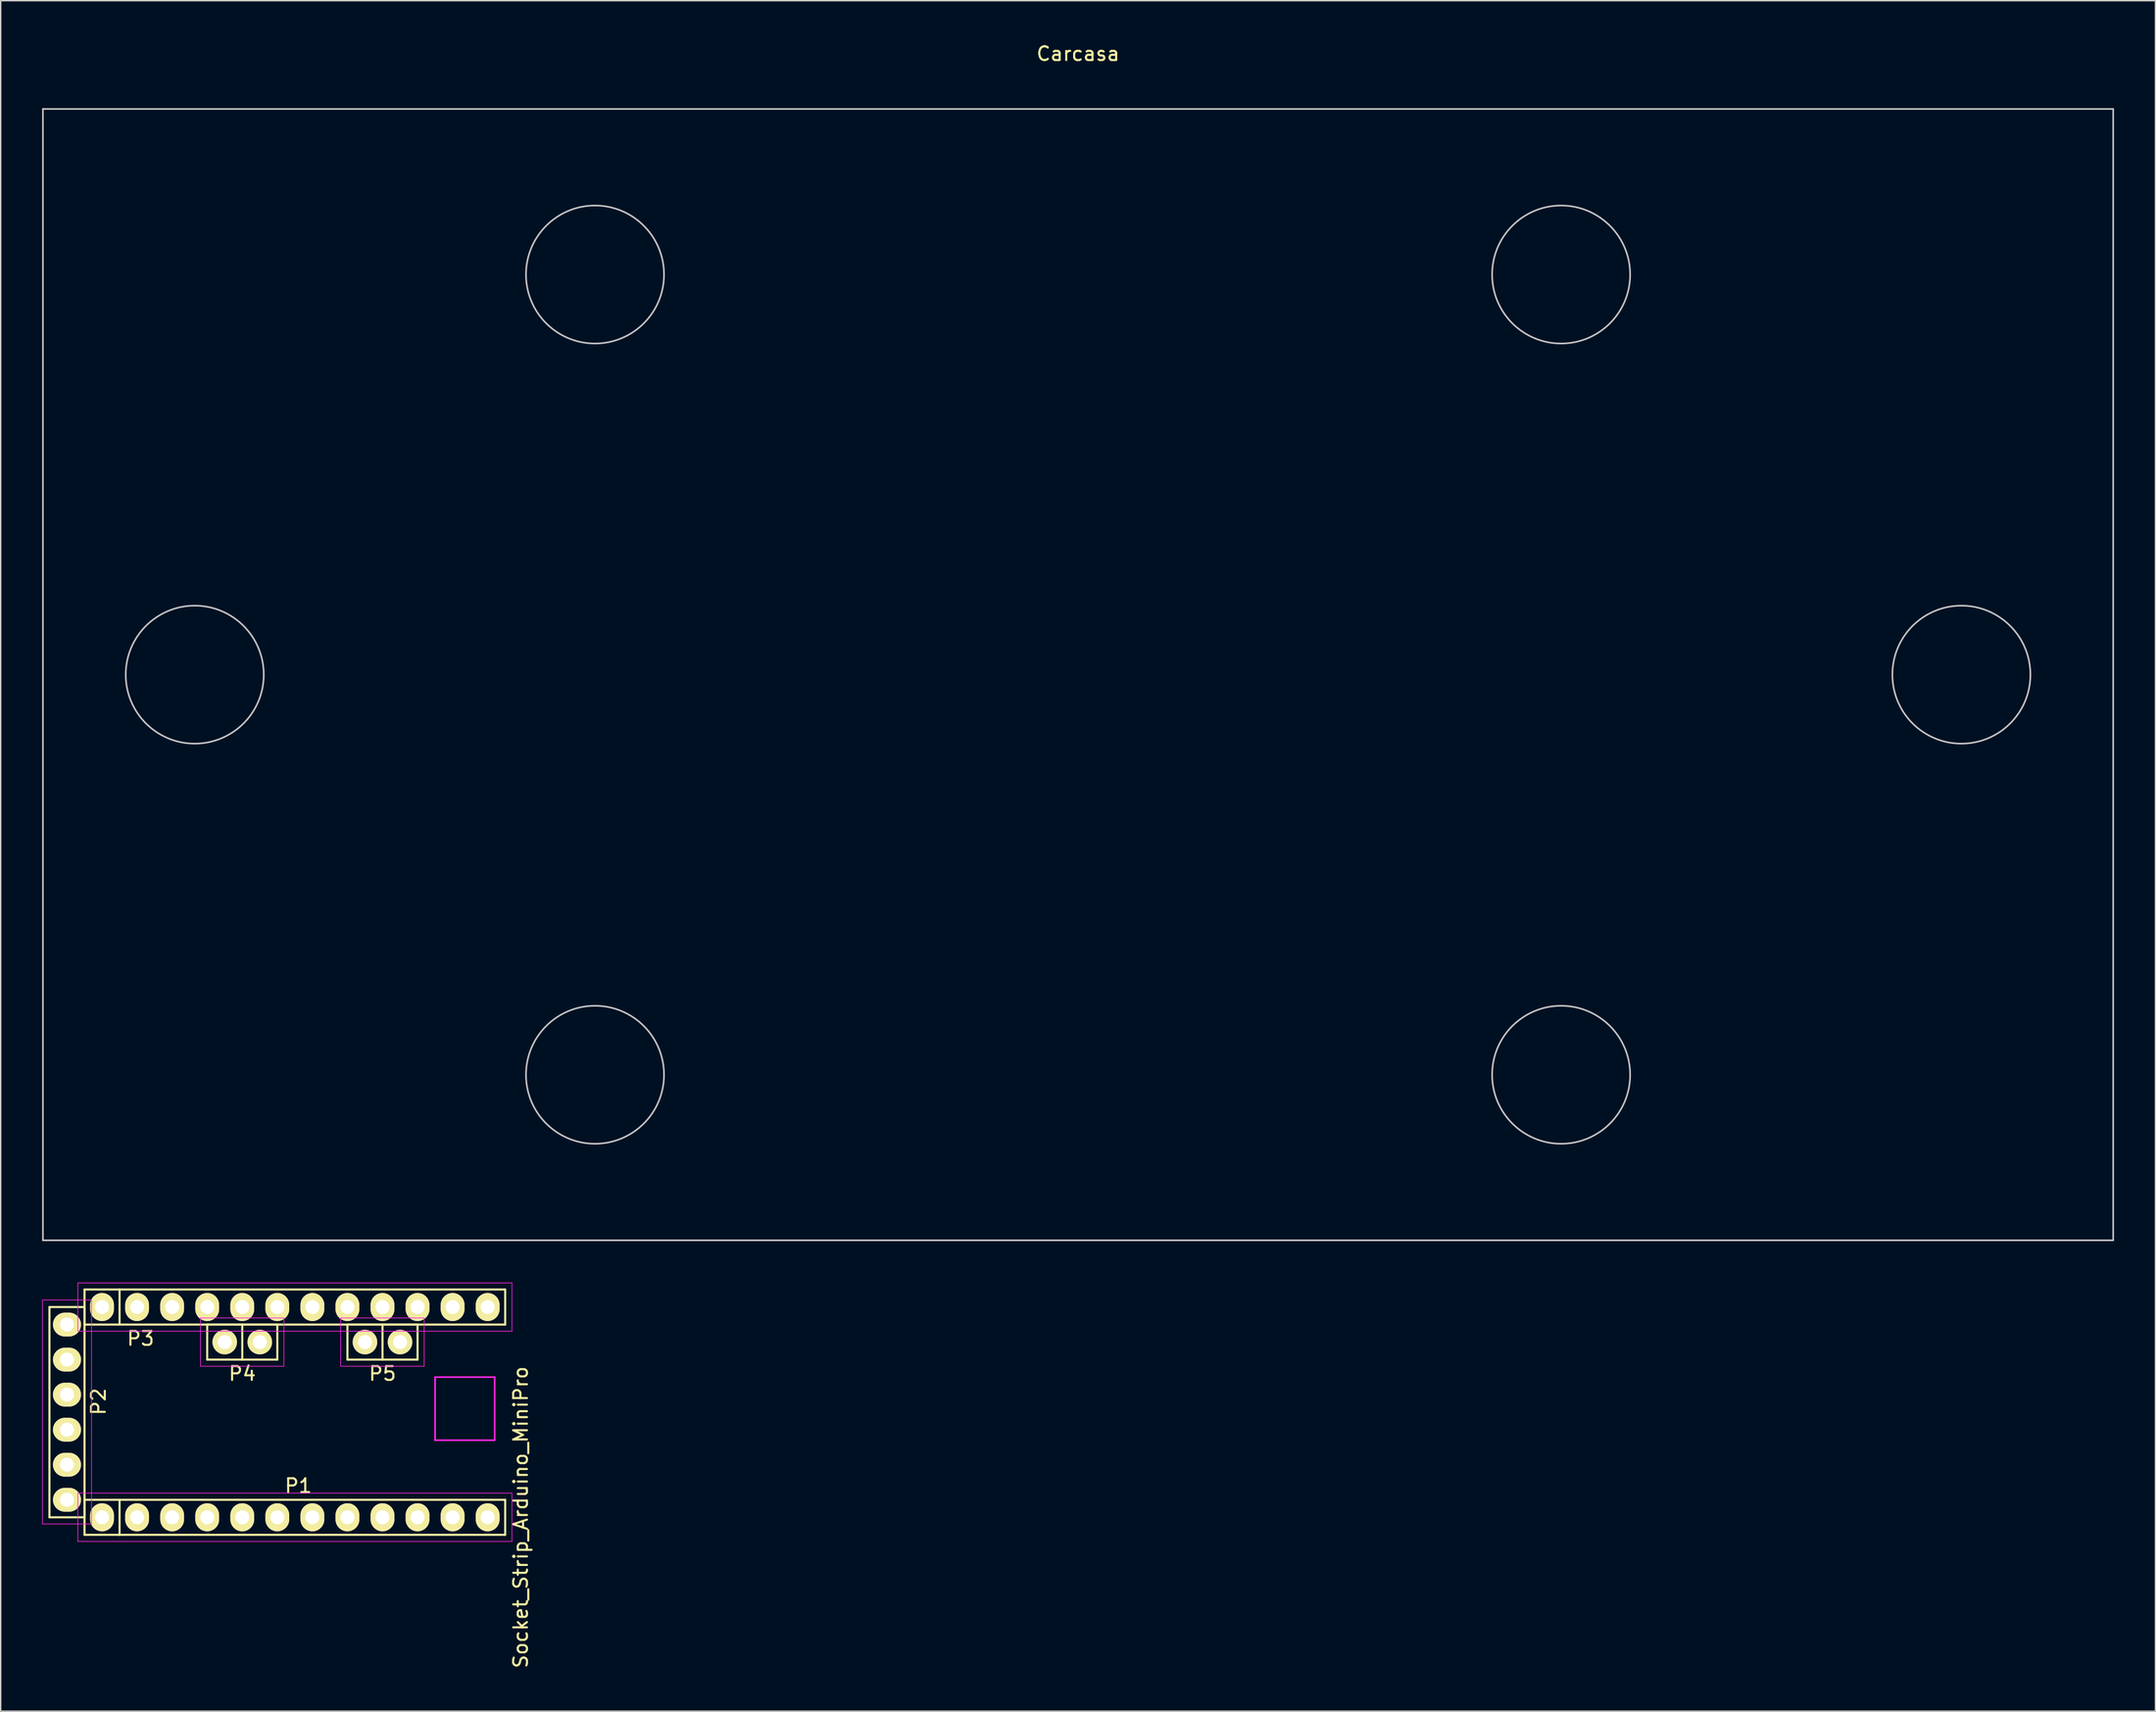
<source format=kicad_pcb>
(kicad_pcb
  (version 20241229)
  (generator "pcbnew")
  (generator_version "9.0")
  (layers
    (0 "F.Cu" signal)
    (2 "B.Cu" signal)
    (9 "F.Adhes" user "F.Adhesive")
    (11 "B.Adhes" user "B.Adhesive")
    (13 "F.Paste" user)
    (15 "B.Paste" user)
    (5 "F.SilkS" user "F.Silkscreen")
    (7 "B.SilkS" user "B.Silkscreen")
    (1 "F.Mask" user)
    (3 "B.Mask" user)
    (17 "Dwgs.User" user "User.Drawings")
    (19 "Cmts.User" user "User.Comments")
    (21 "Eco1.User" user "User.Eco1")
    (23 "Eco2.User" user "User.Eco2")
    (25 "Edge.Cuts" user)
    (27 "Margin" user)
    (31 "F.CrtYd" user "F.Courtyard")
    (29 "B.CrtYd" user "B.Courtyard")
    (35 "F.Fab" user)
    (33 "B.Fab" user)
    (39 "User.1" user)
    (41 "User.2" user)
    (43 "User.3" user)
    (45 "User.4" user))
  (footprint "Carcasa"
    (layer "F.Cu")
    (at 75.06 45.848)
    (property "Reference" "Carcasa" (at 0 -45 0) (layer "F.SilkS") (effects (font (size 1 1) (thickness 0.15))))
    (attr through_hole)
    (fp_line (start -75 -41) (end 75 -41) (stroke (width 0.12) (type solid)) (layer "Dwgs.User"))
    (fp_line (start -75 41) (end -75 -41) (stroke (width 0.12) (type solid)) (layer "Dwgs.User"))
    (fp_line (start 75 -41) (end 75 41) (stroke (width 0.12) (type solid)) (layer "Dwgs.User"))
    (fp_line (start 75 41) (end -75 41) (stroke (width 0.12) (type solid)) (layer "Dwgs.User"))
    (fp_circle (center -64 0) (end -59 0) (stroke (width 0.12) (type solid)) (fill no) (layer "Dwgs.User"))
    (fp_circle (center -35 -29) (end -30 -29) (stroke (width 0.12) (type solid)) (fill no) (layer "Dwgs.User"))
    (fp_circle (center -35 29) (end -30 29) (stroke (width 0.12) (type solid)) (fill no) (layer "Dwgs.User"))
    (fp_circle (center 35 -29) (end 40 -29) (stroke (width 0.12) (type solid)) (fill no) (layer "Dwgs.User"))
    (fp_circle (center 35 29) (end 40 29) (stroke (width 0.12) (type solid)) (fill no) (layer "Dwgs.User"))
    (fp_circle (center 64 0) (end 69 0) (stroke (width 0.12) (type solid)) (fill no) (layer "Dwgs.User")))
  (footprint "Socket_Strip_Arduino_MiniPro"
    (layer "F.Cu")
    (at 4.343 106.923)
    (property "Reference" "Socket_Strip_Arduino_MiniPro" (at 30.333 0 90) (layer "F.SilkS") (effects (font (size 1 1) (thickness 0.15))))
    (attr through_hole)
    (fp_line (start -3.81 -15.24) (end -3.81 0) (stroke (width 0.15) (type solid)) (layer "F.SilkS"))
    (fp_line (start -3.81 0) (end -1.27 0) (stroke (width 0.15) (type solid)) (layer "F.SilkS"))
    (fp_line (start -1.27 -16.51) (end -1.27 -13.97) (stroke (width 0.15) (type solid)) (layer "F.SilkS"))
    (fp_line (start -1.27 -15.24) (end -3.81 -15.24) (stroke (width 0.15) (type solid)) (layer "F.SilkS"))
    (fp_line (start -1.27 -13.97) (end 1.27 -13.97) (stroke (width 0.15) (type solid)) (layer "F.SilkS"))
    (fp_line (start -1.27 -1.27) (end -1.27 1.27) (stroke (width 0.15) (type solid)) (layer "F.SilkS"))
    (fp_line (start -1.27 0) (end -1.27 -15.24) (stroke (width 0.15) (type solid)) (layer "F.SilkS"))
    (fp_line (start -1.27 1.27) (end 1.27 1.27) (stroke (width 0.15) (type solid)) (layer "F.SilkS"))
    (fp_line (start 1.27 -16.51) (end -1.27 -16.51) (stroke (width 0.15) (type solid)) (layer "F.SilkS"))
    (fp_line (start 1.27 -13.97) (end 1.27 -16.51) (stroke (width 0.15) (type solid)) (layer "F.SilkS"))
    (fp_line (start 1.27 -13.97) (end 29.21 -13.97) (stroke (width 0.15) (type solid)) (layer "F.SilkS"))
    (fp_line (start 1.27 -1.27) (end -1.27 -1.27) (stroke (width 0.15) (type solid)) (layer "F.SilkS"))
    (fp_line (start 1.27 1.27) (end 1.27 -1.27) (stroke (width 0.15) (type solid)) (layer "F.SilkS"))
    (fp_line (start 1.27 1.27) (end 29.21 1.27) (stroke (width 0.15) (type solid)) (layer "F.SilkS"))
    (fp_line (start 7.62 -13.97) (end 10.16 -13.97) (stroke (width 0.15) (type solid)) (layer "F.SilkS"))
    (fp_line (start 7.62 -11.43) (end 7.62 -13.97) (stroke (width 0.15) (type solid)) (layer "F.SilkS"))
    (fp_line (start 10.16 -13.97) (end 10.16 -11.43) (stroke (width 0.15) (type solid)) (layer "F.SilkS"))
    (fp_line (start 10.16 -11.43) (end 7.62 -11.43) (stroke (width 0.15) (type solid)) (layer "F.SilkS"))
    (fp_line (start 10.16 -11.43) (end 12.7 -11.43) (stroke (width 0.15) (type solid)) (layer "F.SilkS"))
    (fp_line (start 12.7 -13.97) (end 10.16 -13.97) (stroke (width 0.15) (type solid)) (layer "F.SilkS"))
    (fp_line (start 12.7 -11.43) (end 12.7 -13.97) (stroke (width 0.15) (type solid)) (layer "F.SilkS"))
    (fp_line (start 17.78 -13.97) (end 20.32 -13.97) (stroke (width 0.15) (type solid)) (layer "F.SilkS"))
    (fp_line (start 17.78 -11.43) (end 17.78 -13.97) (stroke (width 0.15) (type solid)) (layer "F.SilkS"))
    (fp_line (start 20.32 -13.97) (end 20.32 -11.43) (stroke (width 0.15) (type solid)) (layer "F.SilkS"))
    (fp_line (start 20.32 -11.43) (end 17.78 -11.43) (stroke (width 0.15) (type solid)) (layer "F.SilkS"))
    (fp_line (start 20.32 -11.43) (end 22.86 -11.43) (stroke (width 0.15) (type solid)) (layer "F.SilkS"))
    (fp_line (start 22.86 -13.97) (end 20.32 -13.97) (stroke (width 0.15) (type solid)) (layer "F.SilkS"))
    (fp_line (start 22.86 -11.43) (end 22.86 -13.97) (stroke (width 0.15) (type solid)) (layer "F.SilkS"))
    (fp_line (start 29.21 -16.51) (end 1.27 -16.51) (stroke (width 0.15) (type solid)) (layer "F.SilkS"))
    (fp_line (start 29.21 -13.97) (end 29.21 -16.51) (stroke (width 0.15) (type solid)) (layer "F.SilkS"))
    (fp_line (start 29.21 -1.27) (end 1.27 -1.27) (stroke (width 0.15) (type solid)) (layer "F.SilkS"))
    (fp_line (start 29.21 1.27) (end 29.21 -1.27) (stroke (width 0.15) (type solid)) (layer "F.SilkS"))
    (fp_line (start -4.318 -15.748) (end -0.762 -15.748) (stroke (width 0.05) (type solid)) (layer "F.CrtYd"))
    (fp_line (start -4.318 0.48) (end -4.318 -15.748) (stroke (width 0.05) (type solid)) (layer "F.CrtYd"))
    (fp_line (start -4.318 0.48) (end -0.762 0.48) (stroke (width 0.05) (type solid)) (layer "F.CrtYd"))
    (fp_line (start -1.75 -16.99) (end -1.75 -13.49) (stroke (width 0.05) (type solid)) (layer "F.CrtYd"))
    (fp_line (start -1.75 -16.99) (end 29.7 -16.99) (stroke (width 0.05) (type solid)) (layer "F.CrtYd"))
    (fp_line (start -1.75 -13.49) (end 29.7 -13.49) (stroke (width 0.05) (type solid)) (layer "F.CrtYd"))
    (fp_line (start -1.75 -1.75) (end -1.75 1.75) (stroke (width 0.05) (type solid)) (layer "F.CrtYd"))
    (fp_line (start -1.75 -1.75) (end 29.7 -1.75) (stroke (width 0.05) (type solid)) (layer "F.CrtYd"))
    (fp_line (start -1.75 1.75) (end 29.7 1.75) (stroke (width 0.05) (type solid)) (layer "F.CrtYd"))
    (fp_line (start -0.762 -15.748) (end -0.762 0.48) (stroke (width 0.05) (type solid)) (layer "F.CrtYd"))
    (fp_line (start 7.13 -10.95) (end 7.13 -14.45) (stroke (width 0.05) (type solid)) (layer "F.CrtYd"))
    (fp_line (start 13.18 -14.45) (end 7.13 -14.45) (stroke (width 0.05) (type solid)) (layer "F.CrtYd"))
    (fp_line (start 13.18 -10.95) (end 7.13 -10.95) (stroke (width 0.05) (type solid)) (layer "F.CrtYd"))
    (fp_line (start 13.18 -10.95) (end 13.18 -14.45) (stroke (width 0.05) (type solid)) (layer "F.CrtYd"))
    (fp_line (start 17.29 -10.95) (end 17.29 -14.45) (stroke (width 0.05) (type solid)) (layer "F.CrtYd"))
    (fp_line (start 23.34 -14.45) (end 17.29 -14.45) (stroke (width 0.05) (type solid)) (layer "F.CrtYd"))
    (fp_line (start 23.34 -10.95) (end 17.29 -10.95) (stroke (width 0.05) (type solid)) (layer "F.CrtYd"))
    (fp_line (start 23.34 -10.95) (end 23.34 -14.45) (stroke (width 0.05) (type solid)) (layer "F.CrtYd"))
    (fp_line (start 24.13 -10.16) (end 28.448 -10.16) (stroke (width 0.12) (type solid)) (layer "F.CrtYd"))
    (fp_line (start 24.13 -5.588) (end 24.13 -10.16) (stroke (width 0.12) (type solid)) (layer "F.CrtYd"))
    (fp_line (start 28.448 -10.16) (end 28.448 -5.588) (stroke (width 0.12) (type solid)) (layer "F.CrtYd"))
    (fp_line (start 28.448 -5.588) (end 24.13 -5.588) (stroke (width 0.12) (type solid)) (layer "F.CrtYd"))
    (fp_line (start 29.7 -16.99) (end 29.7 -13.49) (stroke (width 0.05) (type solid)) (layer "F.CrtYd"))
    (fp_line (start 29.7 -1.75) (end 29.7 1.75) (stroke (width 0.05) (type solid)) (layer "F.CrtYd"))
    (fp_text user "P1" (at 14.224 -2.286 180) (layer "F.SilkS") (effects (font (size 1 1) (thickness 0.15))))
    (fp_text user "P5" (at 20.32 -10.414 0) (layer "F.SilkS") (effects (font (size 1 1) (thickness 0.15))))
    (fp_text user "P3" (at 2.794 -12.954 0) (layer "F.SilkS") (effects (font (size 1 1) (thickness 0.15))))
    (fp_text user "P4" (at 10.16 -10.414 0) (layer "F.SilkS") (effects (font (size 1 1) (thickness 0.15))))
    (fp_text user "P2" (at -0.254 -8.382 270) (layer "F.SilkS") (effects (font (size 1 1) (thickness 0.15))))
    (pad "1" thru_hole oval (at 0 0) (size 1.727 2.032) (drill 1.016) (layers "*.Cu" "*.Mask" "F.SilkS"))
    (pad "2" thru_hole oval (at 2.54 0) (size 1.727 2.032) (drill 1.016) (layers "*.Cu" "*.Mask" "F.SilkS"))
    (pad "3" thru_hole oval (at 5.08 0) (size 1.727 2.032) (drill 1.016) (layers "*.Cu" "*.Mask" "F.SilkS"))
    (pad "4" thru_hole oval (at 7.62 0) (size 1.727 2.032) (drill 1.016) (layers "*.Cu" "*.Mask" "F.SilkS"))
    (pad "5" thru_hole oval (at 10.16 0) (size 1.727 2.032) (drill 1.016) (layers "*.Cu" "*.Mask" "F.SilkS"))
    (pad "6" thru_hole oval (at 12.7 0) (size 1.727 2.032) (drill 1.016) (layers "*.Cu" "*.Mask" "F.SilkS"))
    (pad "7" thru_hole oval (at 15.24 0) (size 1.727 2.032) (drill 1.016) (layers "*.Cu" "*.Mask" "F.SilkS"))
    (pad "8" thru_hole oval (at 17.78 0) (size 1.727 2.032) (drill 1.016) (layers "*.Cu" "*.Mask" "F.SilkS"))
    (pad "9" thru_hole oval (at 20.32 0) (size 1.727 2.032) (drill 1.016) (layers "*.Cu" "*.Mask" "F.SilkS"))
    (pad "10" thru_hole oval (at 22.86 0) (size 1.727 2.032) (drill 1.016) (layers "*.Cu" "*.Mask" "F.SilkS"))
    (pad "11" thru_hole oval (at 25.4 0) (size 1.727 2.032) (drill 1.016) (layers "*.Cu" "*.Mask" "F.SilkS"))
    (pad "12" thru_hole oval (at 27.94 0) (size 1.727 2.032) (drill 1.016) (layers "*.Cu" "*.Mask" "F.SilkS"))
    (pad "13" thru_hole oval (at 27.94 -15.24) (size 1.727 2.032) (drill 1.016) (layers "*.Cu" "*.Mask" "F.SilkS"))
    (pad "14" thru_hole oval (at 25.4 -15.24) (size 1.727 2.032) (drill 1.016) (layers "*.Cu" "*.Mask" "F.SilkS"))
    (pad "15" thru_hole oval (at 22.86 -15.24) (size 1.727 2.032) (drill 1.016) (layers "*.Cu" "*.Mask" "F.SilkS"))
    (pad "16" thru_hole oval (at 20.32 -15.24) (size 1.727 2.032) (drill 1.016) (layers "*.Cu" "*.Mask" "F.SilkS"))
    (pad "17" thru_hole oval (at 17.78 -15.24) (size 1.727 2.032) (drill 1.016) (layers "*.Cu" "*.Mask" "F.SilkS"))
    (pad "18" thru_hole oval (at 15.24 -15.24) (size 1.727 2.032) (drill 1.016) (layers "*.Cu" "*.Mask" "F.SilkS"))
    (pad "19" thru_hole oval (at 12.7 -15.24) (size 1.727 2.032) (drill 1.016) (layers "*.Cu" "*.Mask" "F.SilkS"))
    (pad "20" thru_hole oval (at 10.16 -15.24) (size 1.727 2.032) (drill 1.016) (layers "*.Cu" "*.Mask" "F.SilkS"))
    (pad "21" thru_hole oval (at 7.62 -15.24) (size 1.727 2.032) (drill 1.016) (layers "*.Cu" "*.Mask" "F.SilkS"))
    (pad "22" thru_hole oval (at 5.08 -15.24) (size 1.727 2.032) (drill 1.016) (layers "*.Cu" "*.Mask" "F.SilkS"))
    (pad "23" thru_hole oval (at 2.54 -15.24) (size 1.727 2.032) (drill 1.016) (layers "*.Cu" "*.Mask" "F.SilkS"))
    (pad "24" thru_hole oval (at 0 -15.24) (size 1.727 2.032) (drill 1.016) (layers "*.Cu" "*.Mask" "F.SilkS"))
    (pad "25" thru_hole circle (at 11.43 -12.7) (size 1.778 1.778) (drill 1.016) (layers "*.Cu" "*.Mask" "F.SilkS"))
    (pad "26" thru_hole circle (at 8.89 -12.7) (size 1.778 1.778) (drill 1.016) (layers "*.Cu" "*.Mask" "F.SilkS"))
    (pad "27" thru_hole circle (at 21.59 -12.7) (size 1.778 1.778) (drill 1.016) (layers "*.Cu" "*.Mask" "F.SilkS"))
    (pad "28" thru_hole circle (at 19.05 -12.7) (size 1.778 1.778) (drill 1.016) (layers "*.Cu" "*.Mask" "F.SilkS"))
    (pad "29" thru_hole oval (at -2.54 -13.97 90) (size 1.727 2.032) (drill 1.016) (layers "*.Cu" "*.Mask" "F.SilkS"))
    (pad "30" thru_hole oval (at -2.54 -11.43 90) (size 1.727 2.032) (drill 1.016) (layers "*.Cu" "*.Mask" "F.SilkS"))
    (pad "31" thru_hole oval (at -2.54 -8.89 90) (size 1.727 2.032) (drill 1.016) (layers "*.Cu" "*.Mask" "F.SilkS"))
    (pad "32" thru_hole oval (at -2.54 -6.35 90) (size 1.727 2.032) (drill 1.016) (layers "*.Cu" "*.Mask" "F.SilkS"))
    (pad "33" thru_hole oval (at -2.54 -3.81 90) (size 1.727 2.032) (drill 1.016) (layers "*.Cu" "*.Mask" "F.SilkS"))
    (pad "34" thru_hole oval (at -2.54 -1.27 90) (size 1.727 2.032) (drill 1.016) (layers "*.Cu" "*.Mask" "F.SilkS")))
  (gr_rect
    (start -3 -3)
    (end 153.12 120.977)
    (stroke (width 0.1) (type default))
    (fill no)
    (layer "Edge.Cuts")))
</source>
